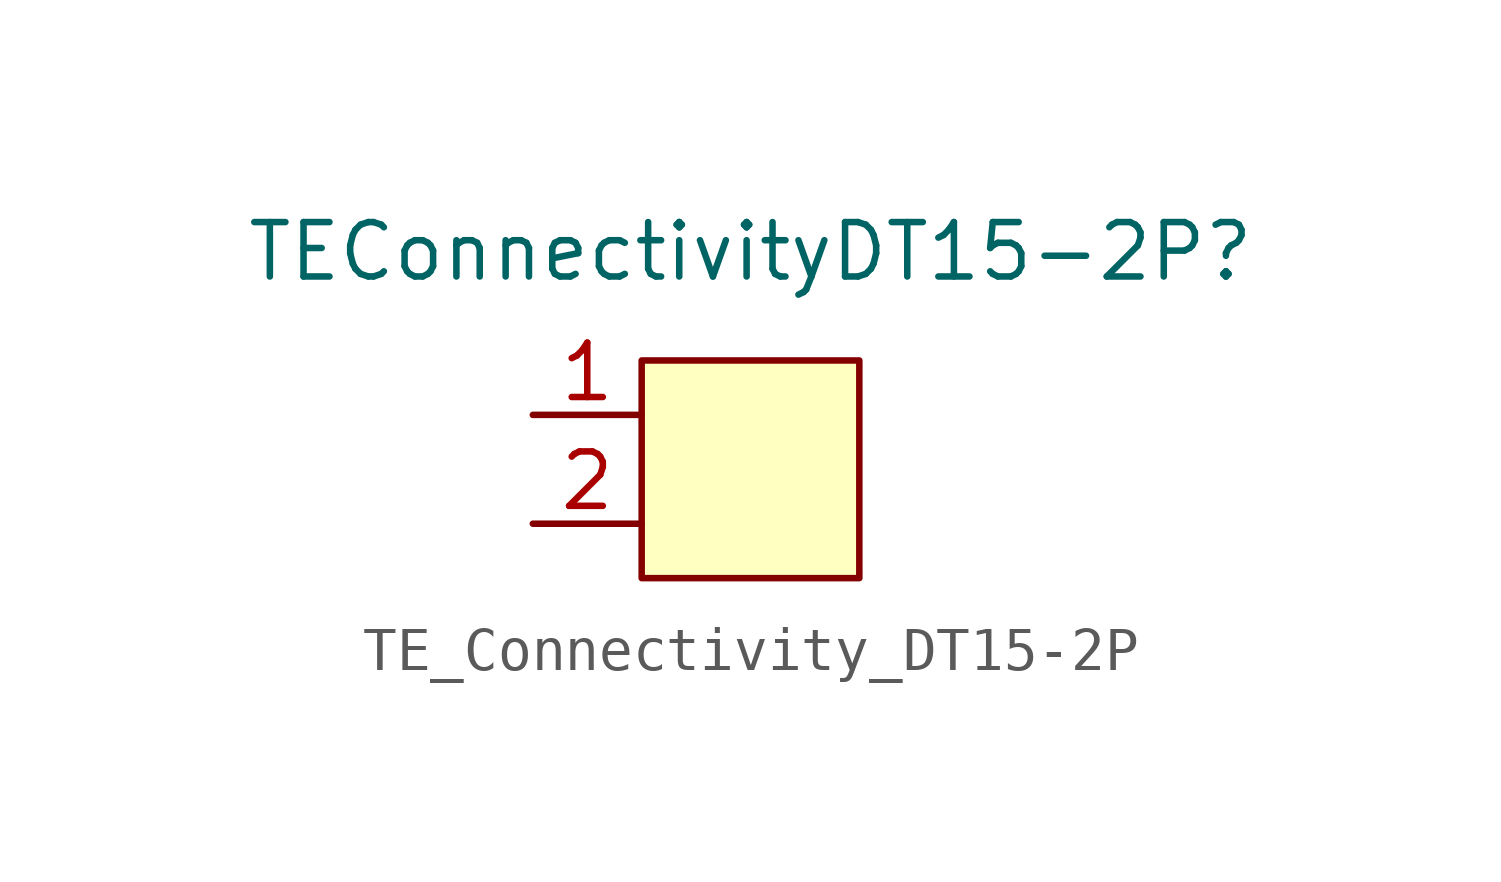
<source format=kicad_sym>
(kicad_symbol_lib
  (version 20220914)
  (generator kicad_symbol_editor)
  (symbol "TE_Connectivity_DT15-2P"
    (property "Reference" "TEConnectivityDT15-2P"
      (at 0 5.08 0)
      (effects (font (size 1.27 1.27))))
    (property "Value" ""
      (at 0 0 0)
      (effects (font (size 1.27 1.27))))
    (symbol "TE_Connectivity_DT15-2P_1_1"
      (rectangle (start -2.54 2.54) (end 2.54 -2.54) (stroke (width 0) (type default)) (fill (type background)))
      (pin input line (at -5.08 1.27 0) (length 2.54) (name "" (effects (font (size 1.27 1.27)))) (number "1" (effects (font (size 1.27 1.27)))))
      (pin input line (at -5.08 -1.27 0) (length 2.54) (name "" (effects (font (size 1.27 1.27)))) (number "2" (effects (font (size 1.27 1.27))))))))
</source>
